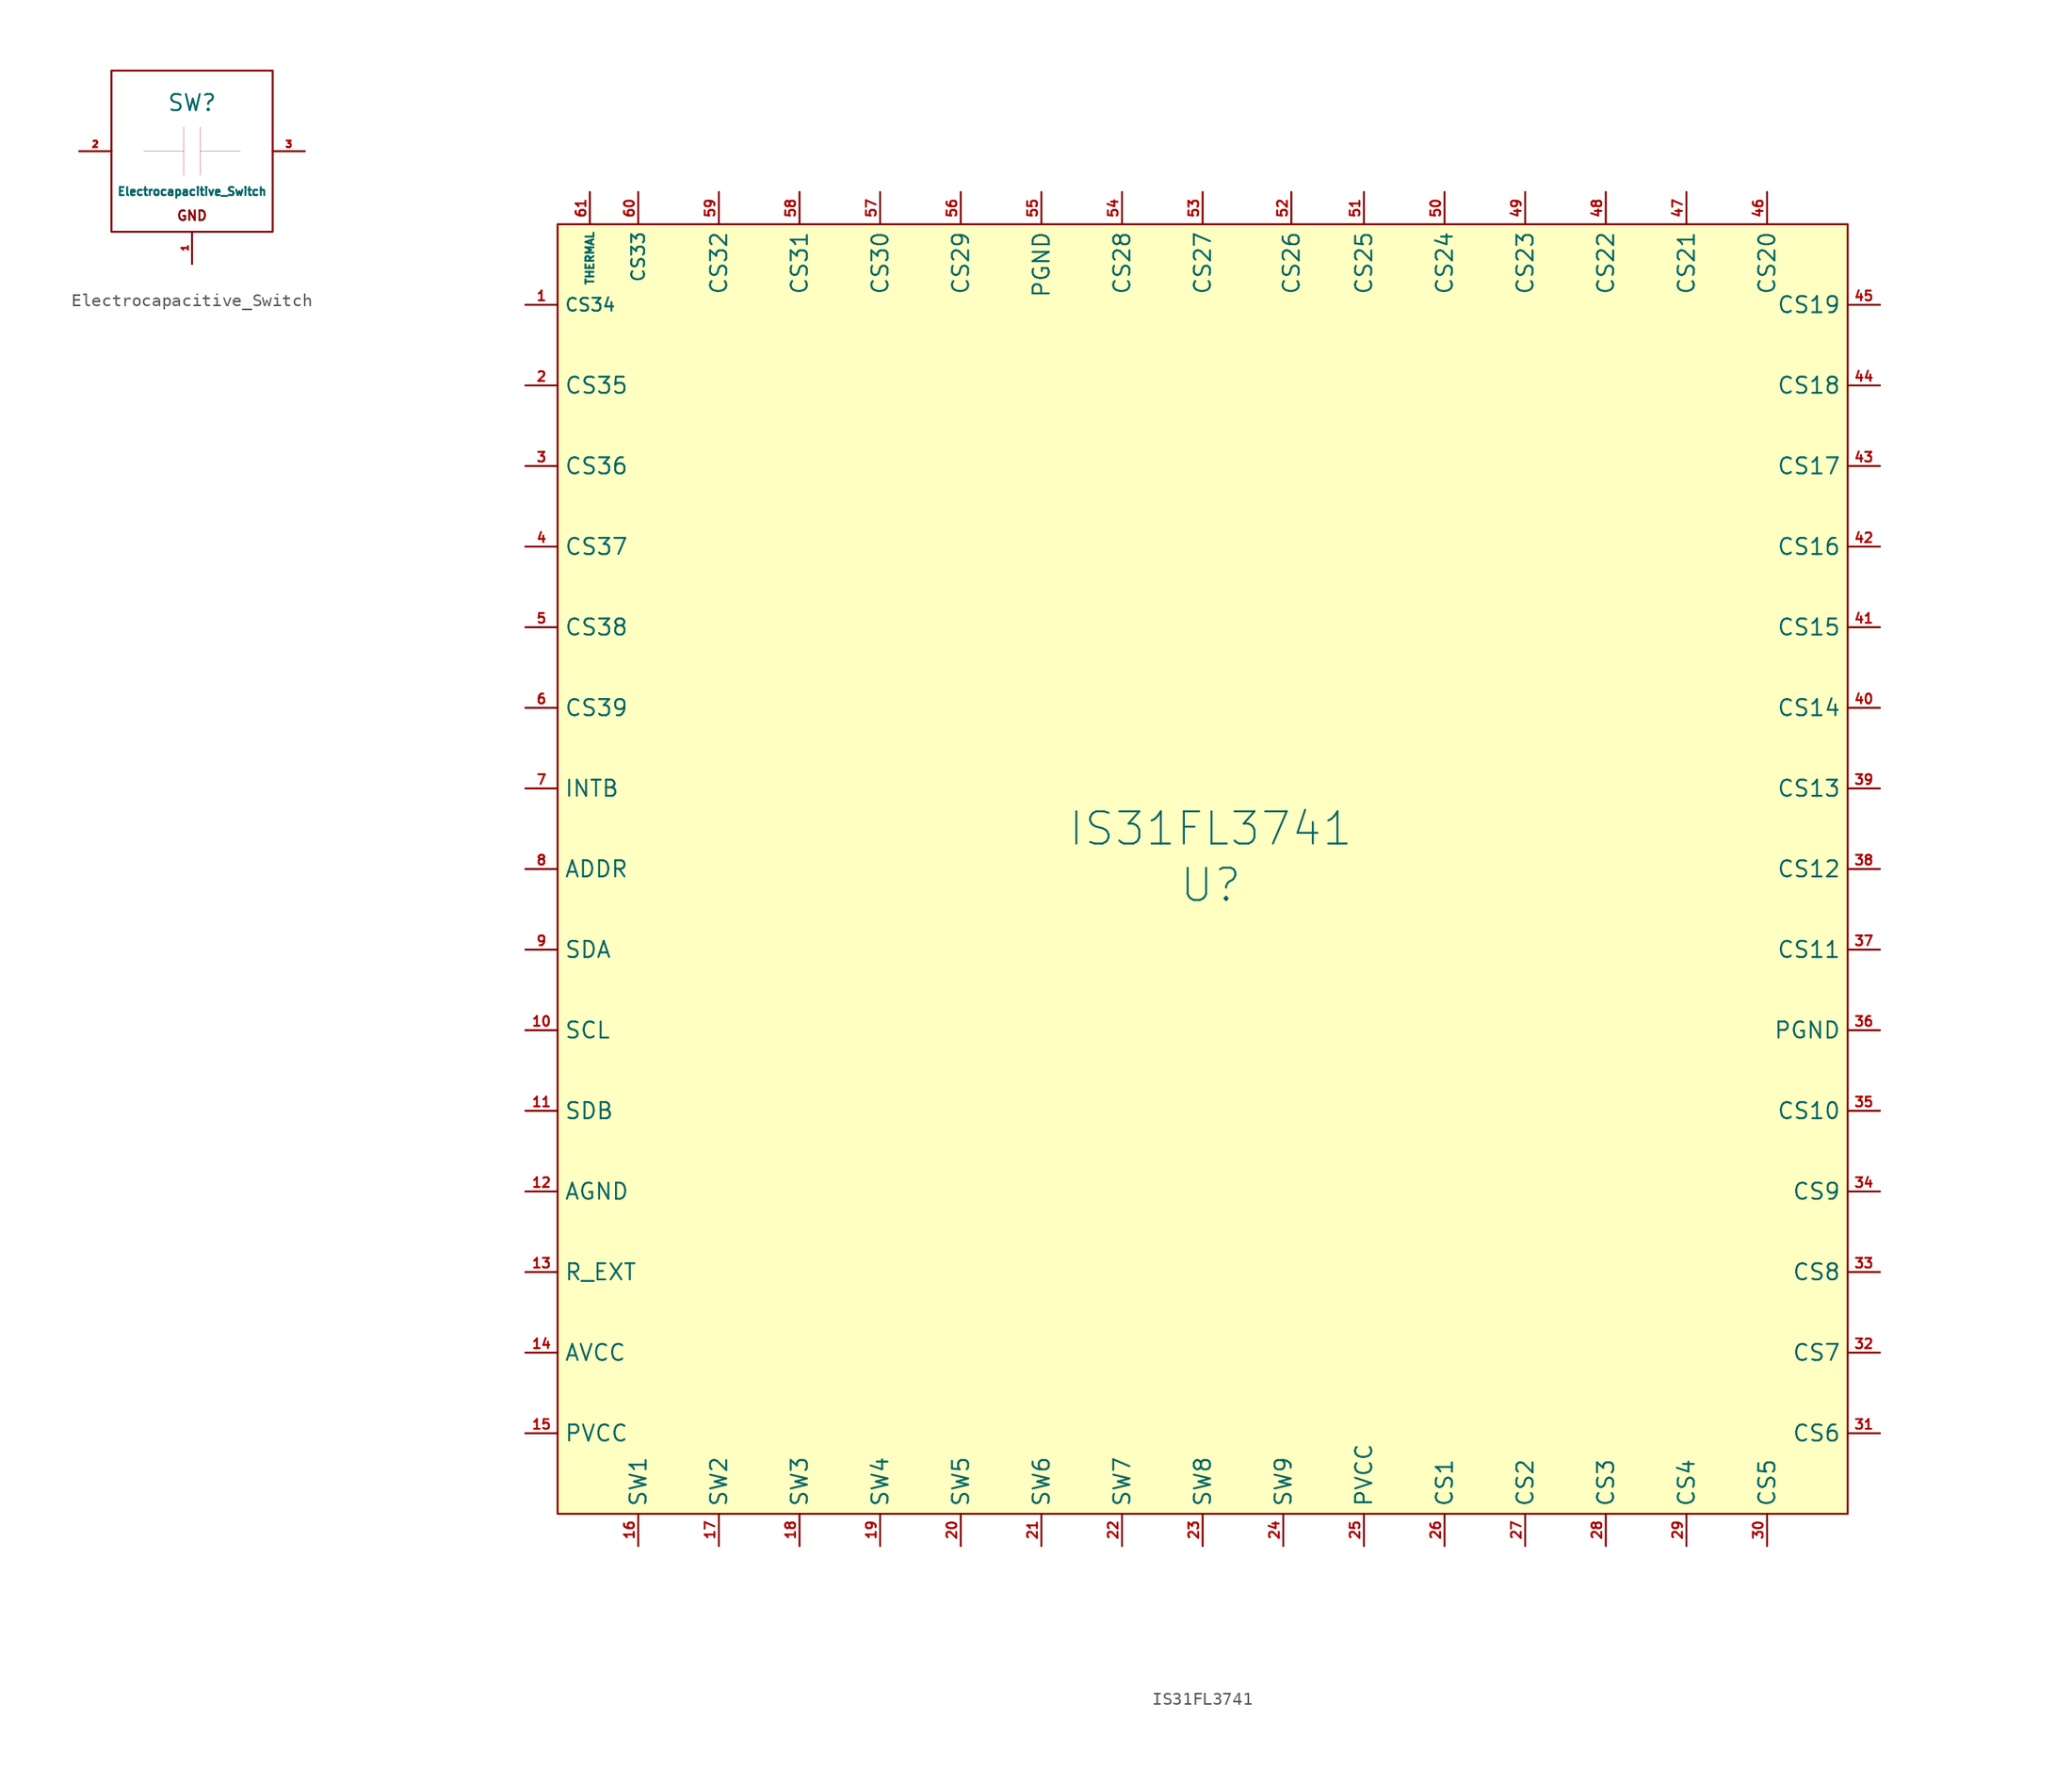
<source format=kicad_sym>
(kicad_symbol_lib
  (version 20211014)
  (generator kicad_symbol_editor)
  (symbol "acheron_Symbols:Electrocapacitive_Switch"
    (pin_names
      (offset 1.016))
    (property "Reference" "SW"
      (at 0 3.81 0)
      (effects (font (size 1.27 1.27))))
    (property "Value" "Electrocapacitive_Switch"
      (at 0 -3.175 0)
      (effects (font (size 0.635 0.635))))
    (symbol "Electrocapacitive_Switch_0_0"
      (rectangle (start -3.81 0) (end -0.635 0) (stroke (width 0.001) (type default) (color 0 0 0 0)) (fill (type none)))
      (rectangle (start -0.635 1.905) (end -0.635 -1.905) (stroke (width 0.001) (type default) (color 0 0 0 0)) (fill (type none)))
      (rectangle (start 0.635 0) (end 3.81 0) (stroke (width 0.001) (type default) (color 0 0 0 0)) (fill (type none)))
      (rectangle (start 0.635 1.905) (end 0.635 -1.905) (stroke (width 0.001) (type default) (color 0 0 0 0)) (fill (type none)))
      (text "GND" (at 0 -5.08 0) (effects (font (size 0.762 0.762)))))
    (symbol "Electrocapacitive_Switch_0_1"
      (rectangle (start -6.35 6.35) (end 6.35 -6.35) (stroke (width 0) (type default) (color 0 0 0 0)) (fill (type none))))
    (symbol "Electrocapacitive_Switch_1_1"
      (pin bidirectional line (at 0 -8.89 90) (length 2.54) (name "" (effects (font (size 0.508 0.508)))) (number "1" (effects (font (size 0.508 0.508)))))
      (pin bidirectional line (at -8.89 0 0) (length 2.54) (name "" (effects (font (size 0.508 0.508)))) (number "2" (effects (font (size 0.508 0.508)))))
      (pin bidirectional line (at 8.89 0 180) (length 2.54) (name "" (effects (font (size 0.508 0.508)))) (number "3" (effects (font (size 0.508 0.508)))))))
  (symbol "acheron_Symbols:IS31FL3741"
    (property "Reference" "U"
      (at 0.635 -1.27 0)
      (effects (font (size 2.54 2.54))))
    (property "Value" "IS31FL3741"
      (at 0.635 3.175 0)
      (effects (font (size 2.54 2.54))))
    (symbol "IS31FL3741_0_1"
      (rectangle (start -50.8 50.8) (end 50.8 -50.8) (stroke (width 0.152) (type default) (color 0 0 0 0)) (fill (type background))))
    (symbol "IS31FL3741_1_1"
      (pin input line (at -53.34 44.45 0) (length 2.54) (name "CS34" (effects (font (size 1.016 1.016)))) (number "1" (effects (font (size 0.762 0.762)))))
      (pin input line (at -53.34 -12.7 0) (length 2.54) (name "SCL" (effects (font (size 1.27 1.27)))) (number "10" (effects (font (size 0.762 0.762)))))
      (pin input line (at -53.34 -19.05 0) (length 2.54) (name "SDB" (effects (font (size 1.27 1.27)))) (number "11" (effects (font (size 0.762 0.762)))))
      (pin power_in line (at -53.34 -25.4 0) (length 2.54) (name "AGND" (effects (font (size 1.27 1.27)))) (number "12" (effects (font (size 0.762 0.762)))))
      (pin input line (at -53.34 -31.75 0) (length 2.54) (name "R_EXT" (effects (font (size 1.27 1.27)))) (number "13" (effects (font (size 0.762 0.762)))))
      (pin power_in line (at -53.34 -38.1 0) (length 2.54) (name "AVCC" (effects (font (size 1.27 1.27)))) (number "14" (effects (font (size 0.762 0.762)))))
      (pin power_in line (at -53.34 -44.45 0) (length 2.54) (name "PVCC" (effects (font (size 1.27 1.27)))) (number "15" (effects (font (size 0.762 0.762)))))
      (pin output line (at -44.45 -53.34 90) (length 2.54) (name "SW1" (effects (font (size 1.27 1.27)))) (number "16" (effects (font (size 0.762 0.762)))))
      (pin output line (at -38.1 -53.34 90) (length 2.54) (name "SW2" (effects (font (size 1.27 1.27)))) (number "17" (effects (font (size 0.762 0.762)))))
      (pin output line (at -31.75 -53.34 90) (length 2.54) (name "SW3" (effects (font (size 1.27 1.27)))) (number "18" (effects (font (size 0.762 0.762)))))
      (pin output line (at -25.4 -53.34 90) (length 2.54) (name "SW4" (effects (font (size 1.27 1.27)))) (number "19" (effects (font (size 0.762 0.762)))))
      (pin input line (at -53.34 38.1 0) (length 2.54) (name "CS35" (effects (font (size 1.27 1.27)))) (number "2" (effects (font (size 0.762 0.762)))))
      (pin output line (at -19.05 -53.34 90) (length 2.54) (name "SW5" (effects (font (size 1.27 1.27)))) (number "20" (effects (font (size 0.762 0.762)))))
      (pin output line (at -12.7 -53.34 90) (length 2.54) (name "SW6" (effects (font (size 1.27 1.27)))) (number "21" (effects (font (size 0.762 0.762)))))
      (pin output line (at -6.35 -53.34 90) (length 2.54) (name "SW7" (effects (font (size 1.27 1.27)))) (number "22" (effects (font (size 0.762 0.762)))))
      (pin output line (at 0 -53.34 90) (length 2.54) (name "SW8" (effects (font (size 1.27 1.27)))) (number "23" (effects (font (size 0.762 0.762)))))
      (pin output line (at 6.35 -53.34 90) (length 2.54) (name "SW9" (effects (font (size 1.27 1.27)))) (number "24" (effects (font (size 0.762 0.762)))))
      (pin power_in line (at 12.7 -53.34 90) (length 2.54) (name "PVCC" (effects (font (size 1.27 1.27)))) (number "25" (effects (font (size 0.762 0.762)))))
      (pin input line (at 19.05 -53.34 90) (length 2.54) (name "CS1" (effects (font (size 1.27 1.27)))) (number "26" (effects (font (size 0.762 0.762)))))
      (pin input line (at 25.4 -53.34 90) (length 2.54) (name "CS2" (effects (font (size 1.27 1.27)))) (number "27" (effects (font (size 0.762 0.762)))))
      (pin input line (at 31.75 -53.34 90) (length 2.54) (name "CS3" (effects (font (size 1.27 1.27)))) (number "28" (effects (font (size 0.762 0.762)))))
      (pin input line (at 38.1 -53.34 90) (length 2.54) (name "CS4" (effects (font (size 1.27 1.27)))) (number "29" (effects (font (size 0.762 0.762)))))
      (pin input line (at -53.34 31.75 0) (length 2.54) (name "CS36" (effects (font (size 1.27 1.27)))) (number "3" (effects (font (size 0.762 0.762)))))
      (pin input line (at 44.45 -53.34 90) (length 2.54) (name "CS5" (effects (font (size 1.27 1.27)))) (number "30" (effects (font (size 0.762 0.762)))))
      (pin input line (at 53.34 -44.45 180) (length 2.54) (name "CS6" (effects (font (size 1.27 1.27)))) (number "31" (effects (font (size 0.762 0.762)))))
      (pin input line (at 53.34 -38.1 180) (length 2.54) (name "CS7" (effects (font (size 1.27 1.27)))) (number "32" (effects (font (size 0.762 0.762)))))
      (pin input line (at 53.34 -31.75 180) (length 2.54) (name "CS8" (effects (font (size 1.27 1.27)))) (number "33" (effects (font (size 0.762 0.762)))))
      (pin input line (at 53.34 -25.4 180) (length 2.54) (name "CS9" (effects (font (size 1.27 1.27)))) (number "34" (effects (font (size 0.762 0.762)))))
      (pin input line (at 53.34 -19.05 180) (length 2.54) (name "CS10" (effects (font (size 1.27 1.27)))) (number "35" (effects (font (size 0.762 0.762)))))
      (pin power_in line (at 53.34 -12.7 180) (length 2.54) (name "PGND" (effects (font (size 1.27 1.27)))) (number "36" (effects (font (size 0.762 0.762)))))
      (pin input line (at 53.34 -6.35 180) (length 2.54) (name "CS11" (effects (font (size 1.27 1.27)))) (number "37" (effects (font (size 0.762 0.762)))))
      (pin input line (at 53.34 0 180) (length 2.54) (name "CS12" (effects (font (size 1.27 1.27)))) (number "38" (effects (font (size 0.762 0.762)))))
      (pin input line (at 53.34 6.35 180) (length 2.54) (name "CS13" (effects (font (size 1.27 1.27)))) (number "39" (effects (font (size 0.762 0.762)))))
      (pin input line (at -53.34 25.4 0) (length 2.54) (name "CS37" (effects (font (size 1.27 1.27)))) (number "4" (effects (font (size 0.762 0.762)))))
      (pin input line (at 53.34 12.7 180) (length 2.54) (name "CS14" (effects (font (size 1.27 1.27)))) (number "40" (effects (font (size 0.762 0.762)))))
      (pin input line (at 53.34 19.05 180) (length 2.54) (name "CS15" (effects (font (size 1.27 1.27)))) (number "41" (effects (font (size 0.762 0.762)))))
      (pin input line (at 53.34 25.4 180) (length 2.54) (name "CS16" (effects (font (size 1.27 1.27)))) (number "42" (effects (font (size 0.762 0.762)))))
      (pin input line (at 53.34 31.75 180) (length 2.54) (name "CS17" (effects (font (size 1.27 1.27)))) (number "43" (effects (font (size 0.762 0.762)))))
      (pin input line (at 53.34 38.1 180) (length 2.54) (name "CS18" (effects (font (size 1.27 1.27)))) (number "44" (effects (font (size 0.762 0.762)))))
      (pin input line (at 53.34 44.45 180) (length 2.54) (name "CS19" (effects (font (size 1.27 1.27)))) (number "45" (effects (font (size 0.762 0.762)))))
      (pin input line (at 44.45 53.34 270) (length 2.54) (name "CS20" (effects (font (size 1.27 1.27)))) (number "46" (effects (font (size 0.762 0.762)))))
      (pin input line (at 38.1 53.34 270) (length 2.54) (name "CS21" (effects (font (size 1.27 1.27)))) (number "47" (effects (font (size 0.762 0.762)))))
      (pin input line (at 31.75 53.34 270) (length 2.54) (name "CS22" (effects (font (size 1.27 1.27)))) (number "48" (effects (font (size 0.762 0.762)))))
      (pin input line (at 25.4 53.34 270) (length 2.54) (name "CS23" (effects (font (size 1.27 1.27)))) (number "49" (effects (font (size 0.762 0.762)))))
      (pin input line (at -53.34 19.05 0) (length 2.54) (name "CS38" (effects (font (size 1.27 1.27)))) (number "5" (effects (font (size 0.762 0.762)))))
      (pin input line (at 19.05 53.34 270) (length 2.54) (name "CS24" (effects (font (size 1.27 1.27)))) (number "50" (effects (font (size 0.762 0.762)))))
      (pin input line (at 12.7 53.34 270) (length 2.54) (name "CS25" (effects (font (size 1.27 1.27)))) (number "51" (effects (font (size 0.762 0.762)))))
      (pin input line (at 6.985 53.34 270) (length 2.54) (name "CS26" (effects (font (size 1.27 1.27)))) (number "52" (effects (font (size 0.762 0.762)))))
      (pin input line (at 0 53.34 270) (length 2.54) (name "CS27" (effects (font (size 1.27 1.27)))) (number "53" (effects (font (size 0.762 0.762)))))
      (pin input line (at -6.35 53.34 270) (length 2.54) (name "CS28" (effects (font (size 1.27 1.27)))) (number "54" (effects (font (size 0.762 0.762)))))
      (pin power_in line (at -12.7 53.34 270) (length 2.54) (name "PGND" (effects (font (size 1.27 1.27)))) (number "55" (effects (font (size 0.762 0.762)))))
      (pin input line (at -19.05 53.34 270) (length 2.54) (name "CS29" (effects (font (size 1.27 1.27)))) (number "56" (effects (font (size 0.762 0.762)))))
      (pin input line (at -25.4 53.34 270) (length 2.54) (name "CS30" (effects (font (size 1.27 1.27)))) (number "57" (effects (font (size 0.762 0.762)))))
      (pin input line (at -31.75 53.34 270) (length 2.54) (name "CS31" (effects (font (size 1.27 1.27)))) (number "58" (effects (font (size 0.762 0.762)))))
      (pin input line (at -38.1 53.34 270) (length 2.54) (name "CS32" (effects (font (size 1.27 1.27)))) (number "59" (effects (font (size 0.762 0.762)))))
      (pin input line (at -53.34 12.7 0) (length 2.54) (name "CS39" (effects (font (size 1.27 1.27)))) (number "6" (effects (font (size 0.762 0.762)))))
      (pin input line (at -44.45 53.34 270) (length 2.54) (name "CS33" (effects (font (size 1.016 1.016)))) (number "60" (effects (font (size 0.762 0.762)))))
      (pin input line (at -48.26 53.34 270) (length 2.54) (name "THERMAL" (effects (font (size 0.635 0.635)))) (number "61" (effects (font (size 0.762 0.762)))))
      (pin input line (at -53.34 6.35 0) (length 2.54) (name "INTB" (effects (font (size 1.27 1.27)))) (number "7" (effects (font (size 0.762 0.762)))))
      (pin input line (at -53.34 0 0) (length 2.54) (name "ADDR" (effects (font (size 1.27 1.27)))) (number "8" (effects (font (size 0.762 0.762)))))
      (pin bidirectional line (at -53.34 -6.35 0) (length 2.54) (name "SDA" (effects (font (size 1.27 1.27)))) (number "9" (effects (font (size 0.762 0.762))))))))
</source>
